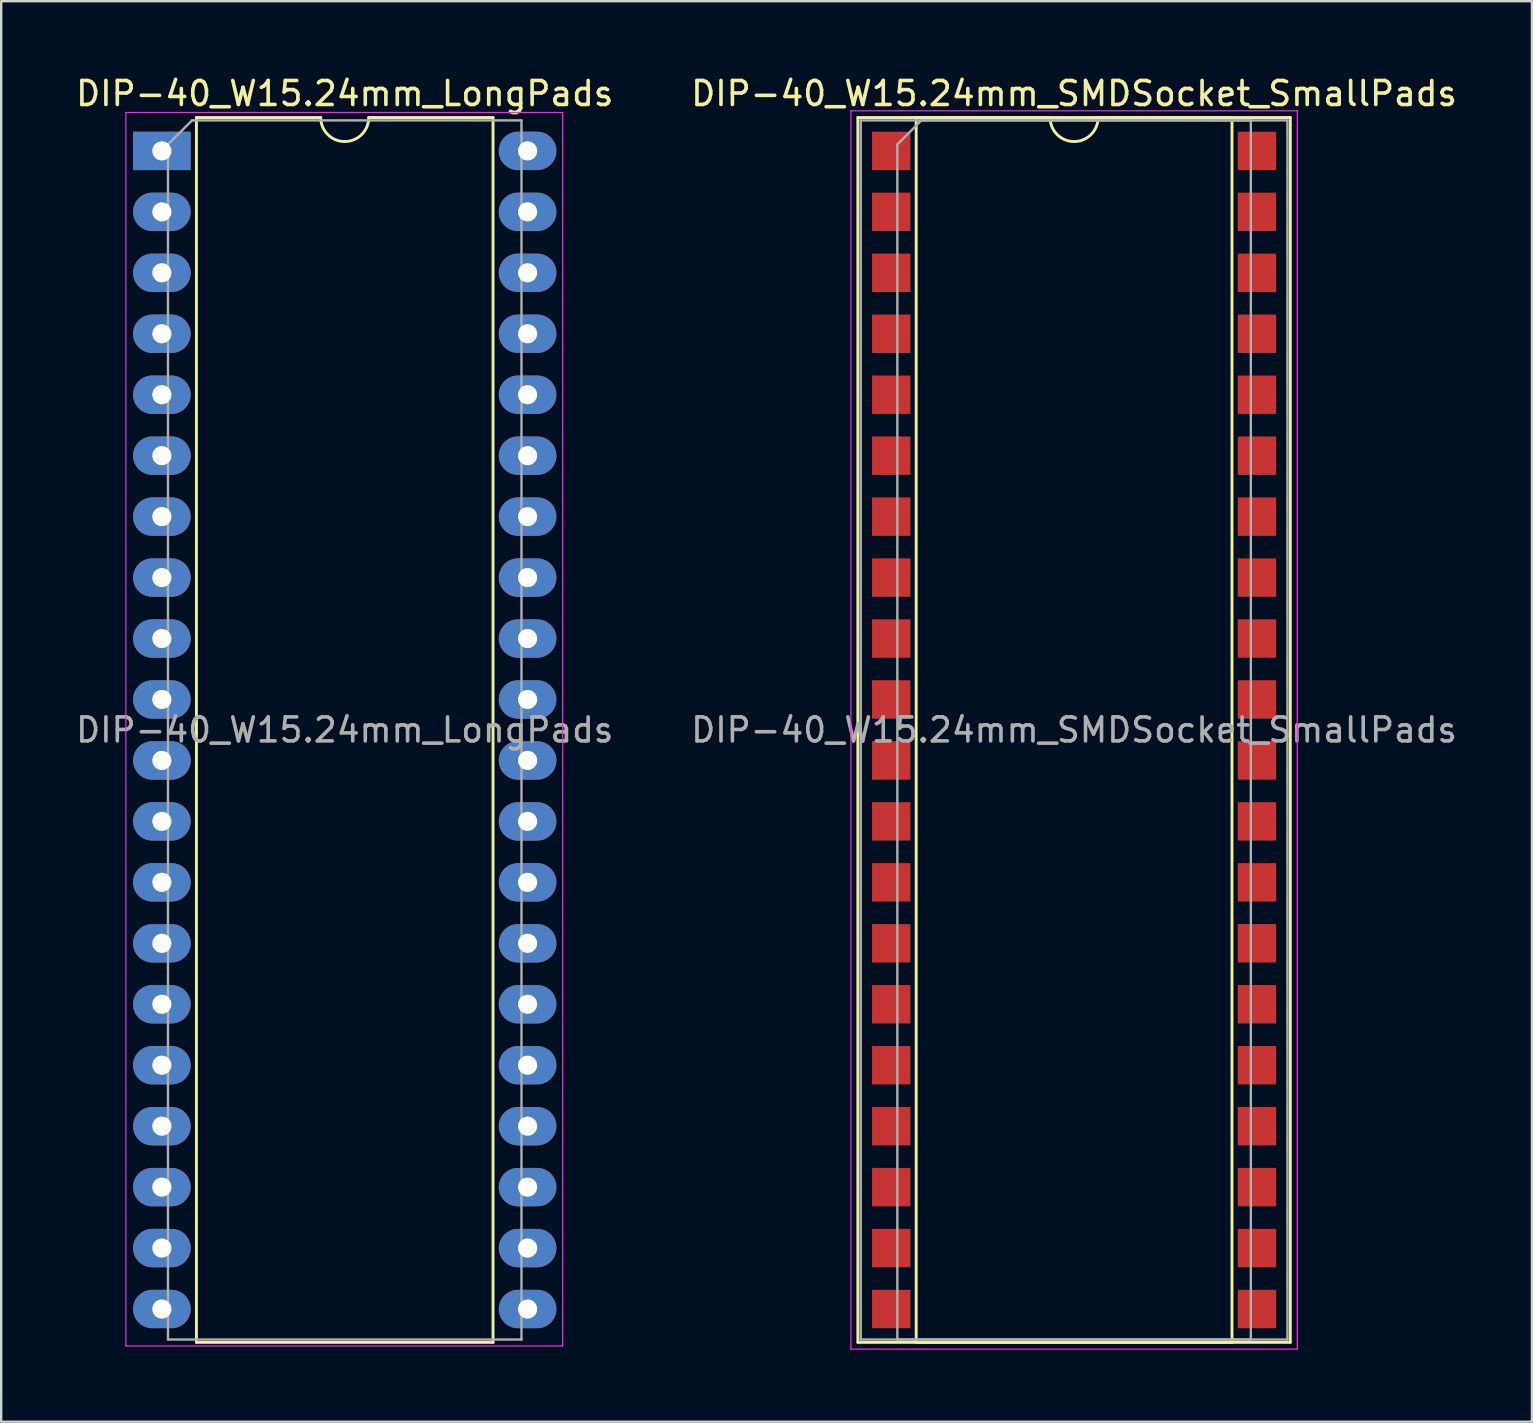
<source format=kicad_pcb>
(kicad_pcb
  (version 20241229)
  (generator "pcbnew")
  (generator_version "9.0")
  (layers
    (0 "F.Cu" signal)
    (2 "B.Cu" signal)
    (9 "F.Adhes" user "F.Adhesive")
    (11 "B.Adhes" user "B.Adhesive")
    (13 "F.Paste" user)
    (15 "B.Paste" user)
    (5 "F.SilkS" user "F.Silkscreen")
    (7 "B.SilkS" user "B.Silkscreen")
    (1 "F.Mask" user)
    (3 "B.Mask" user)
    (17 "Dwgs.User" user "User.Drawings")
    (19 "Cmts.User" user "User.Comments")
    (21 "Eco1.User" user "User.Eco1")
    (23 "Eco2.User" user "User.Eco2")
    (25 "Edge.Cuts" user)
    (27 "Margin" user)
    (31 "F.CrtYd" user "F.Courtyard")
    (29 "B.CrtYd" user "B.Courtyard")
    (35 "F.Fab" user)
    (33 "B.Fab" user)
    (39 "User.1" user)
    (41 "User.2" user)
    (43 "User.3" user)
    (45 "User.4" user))
  (footprint "DIP-40_W15.24mm_SMDSocket_SmallPads"
    (layer "F.Cu")
    (at 41.708 27.368)
    (property "Reference" "DIP-40_W15.24mm_SMDSocket_SmallPads" (at 0 -26.52 0) (layer "F.SilkS") (effects (font (size 1 1) (thickness 0.15))))
    (attr smd)
    (fp_line (start -9.01 -25.52) (end -9.01 25.52) (stroke (width 0.12) (type solid)) (layer "F.SilkS"))
    (fp_line (start -9.01 25.52) (end 9.01 25.52) (stroke (width 0.12) (type solid)) (layer "F.SilkS"))
    (fp_line (start -6.58 -25.52) (end -6.58 25.52) (stroke (width 0.12) (type solid)) (layer "F.SilkS"))
    (fp_line (start -6.58 25.52) (end 6.58 25.52) (stroke (width 0.12) (type solid)) (layer "F.SilkS"))
    (fp_line (start -1 -25.52) (end -6.58 -25.52) (stroke (width 0.12) (type solid)) (layer "F.SilkS"))
    (fp_line (start 6.58 -25.52) (end 1 -25.52) (stroke (width 0.12) (type solid)) (layer "F.SilkS"))
    (fp_line (start 6.58 25.52) (end 6.58 -25.52) (stroke (width 0.12) (type solid)) (layer "F.SilkS"))
    (fp_line (start 9.01 -25.52) (end -9.01 -25.52) (stroke (width 0.12) (type solid)) (layer "F.SilkS"))
    (fp_line (start 9.01 25.52) (end 9.01 -25.52) (stroke (width 0.12) (type solid)) (layer "F.SilkS"))
    (fp_arc (start 1 -25.52) (mid 0 -24.52) (end -1 -25.52) (stroke (width 0.12) (type solid)) (layer "F.SilkS"))
    (fp_line (start -9.3 -25.8) (end -9.3 25.8) (stroke (width 0.05) (type solid)) (layer "F.CrtYd"))
    (fp_line (start -9.3 25.8) (end 9.3 25.8) (stroke (width 0.05) (type solid)) (layer "F.CrtYd"))
    (fp_line (start 9.3 -25.8) (end -9.3 -25.8) (stroke (width 0.05) (type solid)) (layer "F.CrtYd"))
    (fp_line (start 9.3 25.8) (end 9.3 -25.8) (stroke (width 0.05) (type solid)) (layer "F.CrtYd"))
    (fp_line (start -8.89 -25.4) (end -8.89 25.4) (stroke (width 0.1) (type solid)) (layer "F.Fab"))
    (fp_line (start -8.89 25.4) (end 8.89 25.4) (stroke (width 0.1) (type solid)) (layer "F.Fab"))
    (fp_line (start -7.365 -24.4) (end -6.365 -25.4) (stroke (width 0.1) (type solid)) (layer "F.Fab"))
    (fp_line (start -7.365 25.4) (end -7.365 -24.4) (stroke (width 0.1) (type solid)) (layer "F.Fab"))
    (fp_line (start -6.365 -25.4) (end 7.365 -25.4) (stroke (width 0.1) (type solid)) (layer "F.Fab"))
    (fp_line (start 7.365 -25.4) (end 7.365 25.4) (stroke (width 0.1) (type solid)) (layer "F.Fab"))
    (fp_line (start 7.365 25.4) (end -7.365 25.4) (stroke (width 0.1) (type solid)) (layer "F.Fab"))
    (fp_line (start 8.89 -25.4) (end -8.89 -25.4) (stroke (width 0.1) (type solid)) (layer "F.Fab"))
    (fp_line (start 8.89 25.4) (end 8.89 -25.4) (stroke (width 0.1) (type solid)) (layer "F.Fab"))
    (fp_text user "${REFERENCE}" (at 0 0 0) (layer "F.Fab") (effects (font (size 1 1) (thickness 0.15))))
    (pad "1" smd rect (at -7.62 -24.13) (size 1.6 1.6) (layers "F.Cu" "F.Mask" "F.Paste"))
    (pad "2" smd rect (at -7.62 -21.59) (size 1.6 1.6) (layers "F.Cu" "F.Mask" "F.Paste"))
    (pad "3" smd rect (at -7.62 -19.05) (size 1.6 1.6) (layers "F.Cu" "F.Mask" "F.Paste"))
    (pad "4" smd rect (at -7.62 -16.51) (size 1.6 1.6) (layers "F.Cu" "F.Mask" "F.Paste"))
    (pad "5" smd rect (at -7.62 -13.97) (size 1.6 1.6) (layers "F.Cu" "F.Mask" "F.Paste"))
    (pad "6" smd rect (at -7.62 -11.43) (size 1.6 1.6) (layers "F.Cu" "F.Mask" "F.Paste"))
    (pad "7" smd rect (at -7.62 -8.89) (size 1.6 1.6) (layers "F.Cu" "F.Mask" "F.Paste"))
    (pad "8" smd rect (at -7.62 -6.35) (size 1.6 1.6) (layers "F.Cu" "F.Mask" "F.Paste"))
    (pad "9" smd rect (at -7.62 -3.81) (size 1.6 1.6) (layers "F.Cu" "F.Mask" "F.Paste"))
    (pad "10" smd rect (at -7.62 -1.27) (size 1.6 1.6) (layers "F.Cu" "F.Mask" "F.Paste"))
    (pad "11" smd rect (at -7.62 1.27) (size 1.6 1.6) (layers "F.Cu" "F.Mask" "F.Paste"))
    (pad "12" smd rect (at -7.62 3.81) (size 1.6 1.6) (layers "F.Cu" "F.Mask" "F.Paste"))
    (pad "13" smd rect (at -7.62 6.35) (size 1.6 1.6) (layers "F.Cu" "F.Mask" "F.Paste"))
    (pad "14" smd rect (at -7.62 8.89) (size 1.6 1.6) (layers "F.Cu" "F.Mask" "F.Paste"))
    (pad "15" smd rect (at -7.62 11.43) (size 1.6 1.6) (layers "F.Cu" "F.Mask" "F.Paste"))
    (pad "16" smd rect (at -7.62 13.97) (size 1.6 1.6) (layers "F.Cu" "F.Mask" "F.Paste"))
    (pad "17" smd rect (at -7.62 16.51) (size 1.6 1.6) (layers "F.Cu" "F.Mask" "F.Paste"))
    (pad "18" smd rect (at -7.62 19.05) (size 1.6 1.6) (layers "F.Cu" "F.Mask" "F.Paste"))
    (pad "19" smd rect (at -7.62 21.59) (size 1.6 1.6) (layers "F.Cu" "F.Mask" "F.Paste"))
    (pad "20" smd rect (at -7.62 24.13) (size 1.6 1.6) (layers "F.Cu" "F.Mask" "F.Paste"))
    (pad "21" smd rect (at 7.62 24.13) (size 1.6 1.6) (layers "F.Cu" "F.Mask" "F.Paste"))
    (pad "22" smd rect (at 7.62 21.59) (size 1.6 1.6) (layers "F.Cu" "F.Mask" "F.Paste"))
    (pad "23" smd rect (at 7.62 19.05) (size 1.6 1.6) (layers "F.Cu" "F.Mask" "F.Paste"))
    (pad "24" smd rect (at 7.62 16.51) (size 1.6 1.6) (layers "F.Cu" "F.Mask" "F.Paste"))
    (pad "25" smd rect (at 7.62 13.97) (size 1.6 1.6) (layers "F.Cu" "F.Mask" "F.Paste"))
    (pad "26" smd rect (at 7.62 11.43) (size 1.6 1.6) (layers "F.Cu" "F.Mask" "F.Paste"))
    (pad "27" smd rect (at 7.62 8.89) (size 1.6 1.6) (layers "F.Cu" "F.Mask" "F.Paste"))
    (pad "28" smd rect (at 7.62 6.35) (size 1.6 1.6) (layers "F.Cu" "F.Mask" "F.Paste"))
    (pad "29" smd rect (at 7.62 3.81) (size 1.6 1.6) (layers "F.Cu" "F.Mask" "F.Paste"))
    (pad "30" smd rect (at 7.62 1.27) (size 1.6 1.6) (layers "F.Cu" "F.Mask" "F.Paste"))
    (pad "31" smd rect (at 7.62 -1.27) (size 1.6 1.6) (layers "F.Cu" "F.Mask" "F.Paste"))
    (pad "32" smd rect (at 7.62 -3.81) (size 1.6 1.6) (layers "F.Cu" "F.Mask" "F.Paste"))
    (pad "33" smd rect (at 7.62 -6.35) (size 1.6 1.6) (layers "F.Cu" "F.Mask" "F.Paste"))
    (pad "34" smd rect (at 7.62 -8.89) (size 1.6 1.6) (layers "F.Cu" "F.Mask" "F.Paste"))
    (pad "35" smd rect (at 7.62 -11.43) (size 1.6 1.6) (layers "F.Cu" "F.Mask" "F.Paste"))
    (pad "36" smd rect (at 7.62 -13.97) (size 1.6 1.6) (layers "F.Cu" "F.Mask" "F.Paste"))
    (pad "37" smd rect (at 7.62 -16.51) (size 1.6 1.6) (layers "F.Cu" "F.Mask" "F.Paste"))
    (pad "38" smd rect (at 7.62 -19.05) (size 1.6 1.6) (layers "F.Cu" "F.Mask" "F.Paste"))
    (pad "39" smd rect (at 7.62 -21.59) (size 1.6 1.6) (layers "F.Cu" "F.Mask" "F.Paste"))
    (pad "40" smd rect (at 7.62 -24.13) (size 1.6 1.6) (layers "F.Cu" "F.Mask" "F.Paste")))
  (footprint "DIP-40_W15.24mm_LongPads"
    (layer "F.Cu")
    (at 3.695 3.238)
    (property "Reference" "DIP-40_W15.24mm_LongPads" (at 7.62 -2.39 0) (layer "F.SilkS") (effects (font (size 1 1) (thickness 0.15))))
    (attr through_hole)
    (fp_line (start 1.44 -1.39) (end 1.44 49.65) (stroke (width 0.12) (type solid)) (layer "F.SilkS"))
    (fp_line (start 1.44 49.65) (end 13.8 49.65) (stroke (width 0.12) (type solid)) (layer "F.SilkS"))
    (fp_line (start 6.62 -1.39) (end 1.44 -1.39) (stroke (width 0.12) (type solid)) (layer "F.SilkS"))
    (fp_line (start 13.8 -1.39) (end 8.62 -1.39) (stroke (width 0.12) (type solid)) (layer "F.SilkS"))
    (fp_line (start 13.8 49.65) (end 13.8 -1.39) (stroke (width 0.12) (type solid)) (layer "F.SilkS"))
    (fp_arc (start 8.62 -1.39) (mid 7.62 -0.39) (end 6.62 -1.39) (stroke (width 0.12) (type solid)) (layer "F.SilkS"))
    (fp_line (start -1.5 -1.6) (end -1.5 49.8) (stroke (width 0.05) (type solid)) (layer "F.CrtYd"))
    (fp_line (start -1.5 49.8) (end 16.7 49.8) (stroke (width 0.05) (type solid)) (layer "F.CrtYd"))
    (fp_line (start 16.7 -1.6) (end -1.5 -1.6) (stroke (width 0.05) (type solid)) (layer "F.CrtYd"))
    (fp_line (start 16.7 49.8) (end 16.7 -1.6) (stroke (width 0.05) (type solid)) (layer "F.CrtYd"))
    (fp_line (start 0.255 -0.27) (end 1.255 -1.27) (stroke (width 0.1) (type solid)) (layer "F.Fab"))
    (fp_line (start 0.255 49.53) (end 0.255 -0.27) (stroke (width 0.1) (type solid)) (layer "F.Fab"))
    (fp_line (start 1.255 -1.27) (end 14.985 -1.27) (stroke (width 0.1) (type solid)) (layer "F.Fab"))
    (fp_line (start 14.985 -1.27) (end 14.985 49.53) (stroke (width 0.1) (type solid)) (layer "F.Fab"))
    (fp_line (start 14.985 49.53) (end 0.255 49.53) (stroke (width 0.1) (type solid)) (layer "F.Fab"))
    (fp_text user "${REFERENCE}" (at 7.62 24.13 0) (layer "F.Fab") (effects (font (size 1 1) (thickness 0.15))))
    (pad "1" thru_hole rect (at 0 0) (size 2.4 1.6) (drill 0.8) (layers "*.Cu" "*.Mask"))
    (pad "2" thru_hole oval (at 0 2.54) (size 2.4 1.6) (drill 0.8) (layers "*.Cu" "*.Mask"))
    (pad "3" thru_hole oval (at 0 5.08) (size 2.4 1.6) (drill 0.8) (layers "*.Cu" "*.Mask"))
    (pad "4" thru_hole oval (at 0 7.62) (size 2.4 1.6) (drill 0.8) (layers "*.Cu" "*.Mask"))
    (pad "5" thru_hole oval (at 0 10.16) (size 2.4 1.6) (drill 0.8) (layers "*.Cu" "*.Mask"))
    (pad "6" thru_hole oval (at 0 12.7) (size 2.4 1.6) (drill 0.8) (layers "*.Cu" "*.Mask"))
    (pad "7" thru_hole oval (at 0 15.24) (size 2.4 1.6) (drill 0.8) (layers "*.Cu" "*.Mask"))
    (pad "8" thru_hole oval (at 0 17.78) (size 2.4 1.6) (drill 0.8) (layers "*.Cu" "*.Mask"))
    (pad "9" thru_hole oval (at 0 20.32) (size 2.4 1.6) (drill 0.8) (layers "*.Cu" "*.Mask"))
    (pad "10" thru_hole oval (at 0 22.86) (size 2.4 1.6) (drill 0.8) (layers "*.Cu" "*.Mask"))
    (pad "11" thru_hole oval (at 0 25.4) (size 2.4 1.6) (drill 0.8) (layers "*.Cu" "*.Mask"))
    (pad "12" thru_hole oval (at 0 27.94) (size 2.4 1.6) (drill 0.8) (layers "*.Cu" "*.Mask"))
    (pad "13" thru_hole oval (at 0 30.48) (size 2.4 1.6) (drill 0.8) (layers "*.Cu" "*.Mask"))
    (pad "14" thru_hole oval (at 0 33.02) (size 2.4 1.6) (drill 0.8) (layers "*.Cu" "*.Mask"))
    (pad "15" thru_hole oval (at 0 35.56) (size 2.4 1.6) (drill 0.8) (layers "*.Cu" "*.Mask"))
    (pad "16" thru_hole oval (at 0 38.1) (size 2.4 1.6) (drill 0.8) (layers "*.Cu" "*.Mask"))
    (pad "17" thru_hole oval (at 0 40.64) (size 2.4 1.6) (drill 0.8) (layers "*.Cu" "*.Mask"))
    (pad "18" thru_hole oval (at 0 43.18) (size 2.4 1.6) (drill 0.8) (layers "*.Cu" "*.Mask"))
    (pad "19" thru_hole oval (at 0 45.72) (size 2.4 1.6) (drill 0.8) (layers "*.Cu" "*.Mask"))
    (pad "20" thru_hole oval (at 0 48.26) (size 2.4 1.6) (drill 0.8) (layers "*.Cu" "*.Mask"))
    (pad "21" thru_hole oval (at 15.24 48.26) (size 2.4 1.6) (drill 0.8) (layers "*.Cu" "*.Mask"))
    (pad "22" thru_hole oval (at 15.24 45.72) (size 2.4 1.6) (drill 0.8) (layers "*.Cu" "*.Mask"))
    (pad "23" thru_hole oval (at 15.24 43.18) (size 2.4 1.6) (drill 0.8) (layers "*.Cu" "*.Mask"))
    (pad "24" thru_hole oval (at 15.24 40.64) (size 2.4 1.6) (drill 0.8) (layers "*.Cu" "*.Mask"))
    (pad "25" thru_hole oval (at 15.24 38.1) (size 2.4 1.6) (drill 0.8) (layers "*.Cu" "*.Mask"))
    (pad "26" thru_hole oval (at 15.24 35.56) (size 2.4 1.6) (drill 0.8) (layers "*.Cu" "*.Mask"))
    (pad "27" thru_hole oval (at 15.24 33.02) (size 2.4 1.6) (drill 0.8) (layers "*.Cu" "*.Mask"))
    (pad "28" thru_hole oval (at 15.24 30.48) (size 2.4 1.6) (drill 0.8) (layers "*.Cu" "*.Mask"))
    (pad "29" thru_hole oval (at 15.24 27.94) (size 2.4 1.6) (drill 0.8) (layers "*.Cu" "*.Mask"))
    (pad "30" thru_hole oval (at 15.24 25.4) (size 2.4 1.6) (drill 0.8) (layers "*.Cu" "*.Mask"))
    (pad "31" thru_hole oval (at 15.24 22.86) (size 2.4 1.6) (drill 0.8) (layers "*.Cu" "*.Mask"))
    (pad "32" thru_hole oval (at 15.24 20.32) (size 2.4 1.6) (drill 0.8) (layers "*.Cu" "*.Mask"))
    (pad "33" thru_hole oval (at 15.24 17.78) (size 2.4 1.6) (drill 0.8) (layers "*.Cu" "*.Mask"))
    (pad "34" thru_hole oval (at 15.24 15.24) (size 2.4 1.6) (drill 0.8) (layers "*.Cu" "*.Mask"))
    (pad "35" thru_hole oval (at 15.24 12.7) (size 2.4 1.6) (drill 0.8) (layers "*.Cu" "*.Mask"))
    (pad "36" thru_hole oval (at 15.24 10.16) (size 2.4 1.6) (drill 0.8) (layers "*.Cu" "*.Mask"))
    (pad "37" thru_hole oval (at 15.24 7.62) (size 2.4 1.6) (drill 0.8) (layers "*.Cu" "*.Mask"))
    (pad "38" thru_hole oval (at 15.24 5.08) (size 2.4 1.6) (drill 0.8) (layers "*.Cu" "*.Mask"))
    (pad "39" thru_hole oval (at 15.24 2.54) (size 2.4 1.6) (drill 0.8) (layers "*.Cu" "*.Mask"))
    (pad "40" thru_hole oval (at 15.24 0) (size 2.4 1.6) (drill 0.8) (layers "*.Cu" "*.Mask")))
  (gr_rect
    (start -3 -3)
    (end 60.786 56.193)
    (stroke (width 0.1) (type default))
    (fill no)
    (layer "Edge.Cuts")))
</source>
